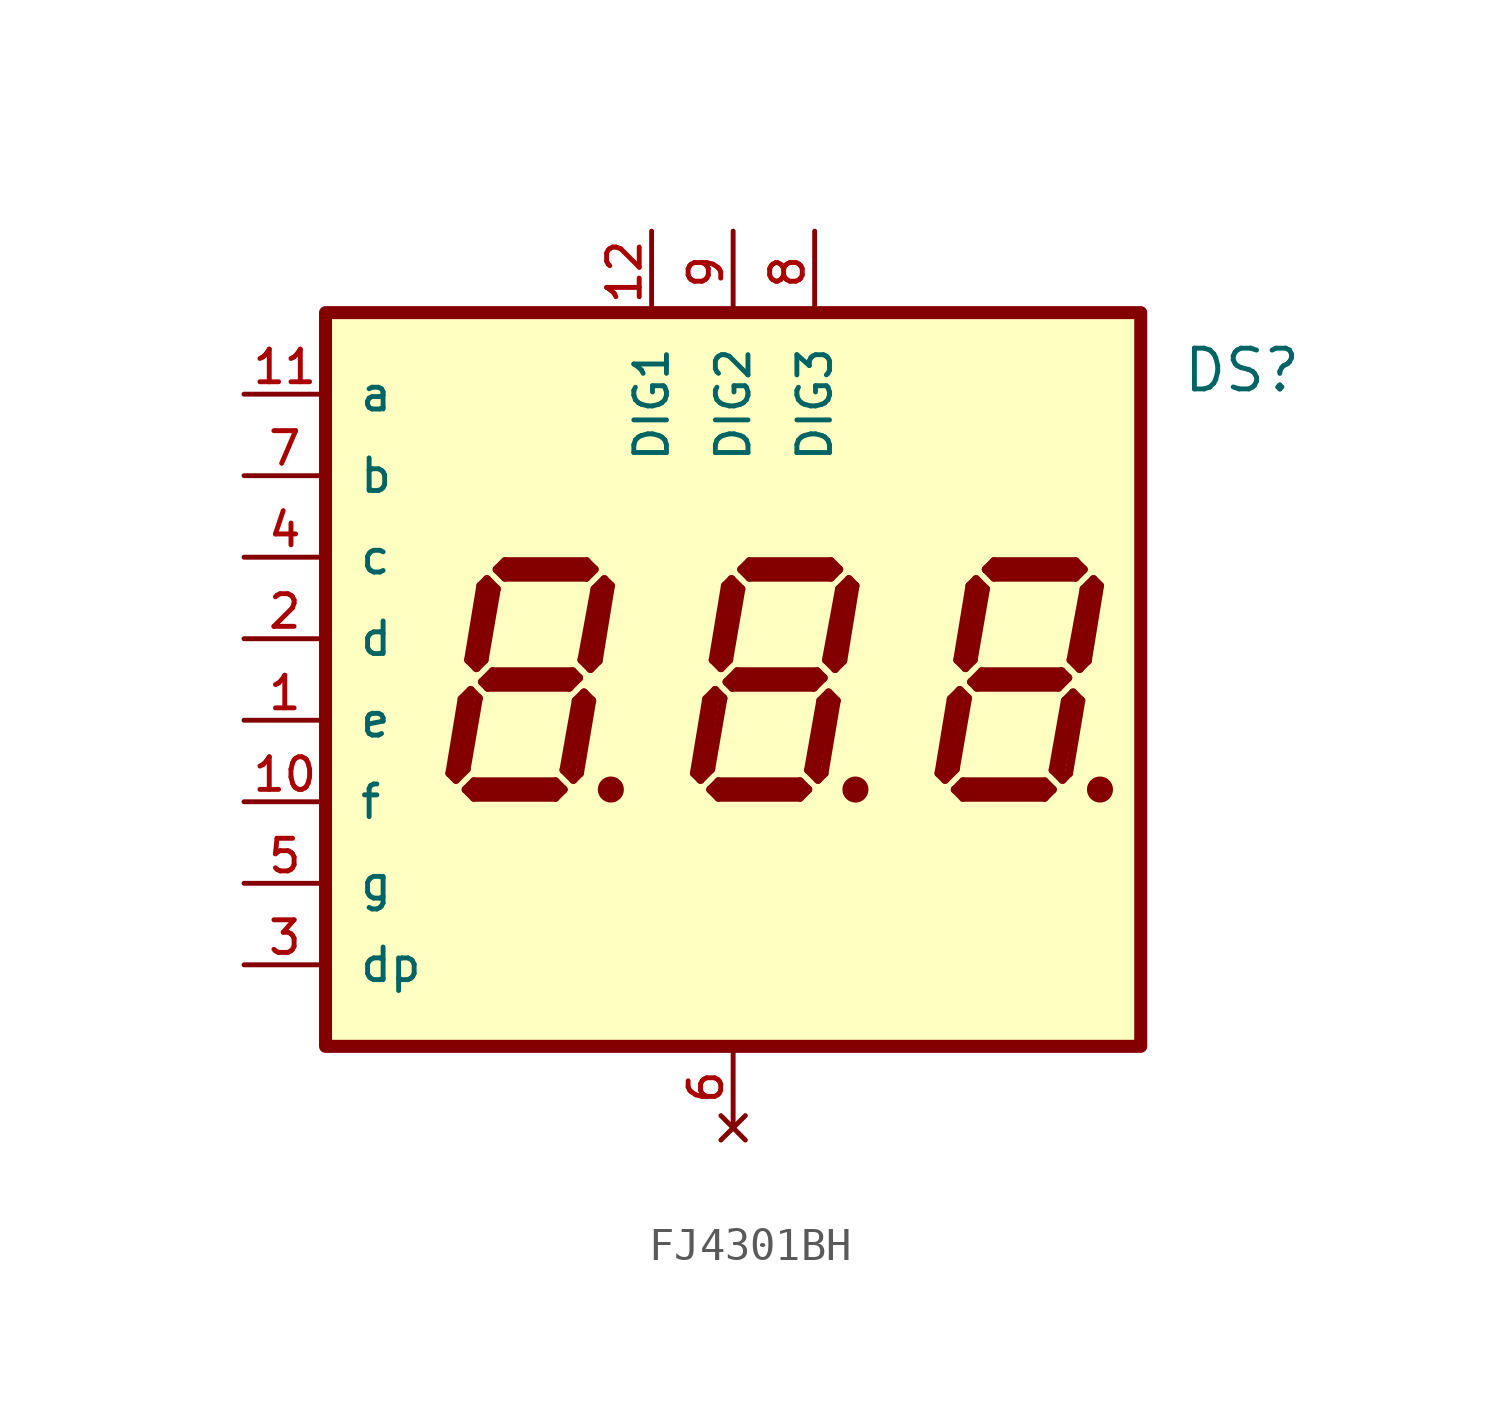
<source format=kicad_sym>
(kicad_symbol_lib
  (version 20211014)
  (generator kicad_symbol_editor)
  (symbol "FJ4301BH"
    (pin_names
      (offset 1.016))
    (property "Reference" "DS"
      (at 13.97 8.89 0)
      (effects (font (size 1.27 1.27)) (justify left bottom)))
    (symbol "FJ4301BH_0_0"
      (rectangle (start -12.7 11.43) (end 12.7 -11.43) (stroke (width 0.406) (type default) (color 0 0 0 0)) (fill (type background)))
      (circle (center -3.81 -3.429) (radius 0.254) (stroke (width 0.305) (type default) (color 0 0 0 0)) (fill (type none)))
      (polyline (pts (xy -8.839 -2.921) (xy -8.636 -3.124)) (stroke (width 0.254) (type default) (color 0 0 0 0)) (fill (type none)))
      (polyline (pts (xy -8.636 -3.124) (xy -8.306 -2.794)) (stroke (width 0.254) (type default) (color 0 0 0 0)) (fill (type none)))
      (polyline (pts (xy -8.636 -2.921) (xy -8.255 -0.635)) (stroke (width 0.406) (type default) (color 0 0 0 0)) (fill (type none)))
      (polyline (pts (xy -8.458 -0.61) (xy -8.839 -2.921)) (stroke (width 0.254) (type default) (color 0 0 0 0)) (fill (type none)))
      (polyline (pts (xy -8.331 -3.429) (xy -8.077 -3.175)) (stroke (width 0.254) (type default) (color 0 0 0 0)) (fill (type none)))
      (polyline (pts (xy -8.306 -2.794) (xy -7.925 -0.584)) (stroke (width 0.254) (type default) (color 0 0 0 0)) (fill (type none)))
      (polyline (pts (xy -8.255 0.61) (xy -7.874 2.921)) (stroke (width 0.254) (type default) (color 0 0 0 0)) (fill (type none)))
      (polyline (pts (xy -8.179 -0.33) (xy -8.458 -0.61)) (stroke (width 0.254) (type default) (color 0 0 0 0)) (fill (type none)))
      (polyline (pts (xy -8.179 -0.33) (xy -7.925 -0.584)) (stroke (width 0.254) (type default) (color 0 0 0 0)) (fill (type none)))
      (polyline (pts (xy -8.077 -3.683) (xy -8.331 -3.429)) (stroke (width 0.254) (type default) (color 0 0 0 0)) (fill (type none)))
      (polyline (pts (xy -8.077 -3.175) (xy -5.537 -3.175)) (stroke (width 0.254) (type default) (color 0 0 0 0)) (fill (type none)))
      (polyline (pts (xy -8.001 0.356) (xy -8.255 0.61)) (stroke (width 0.254) (type default) (color 0 0 0 0)) (fill (type none)))
      (polyline (pts (xy -7.874 2.921) (xy -7.671 3.124)) (stroke (width 0.254) (type default) (color 0 0 0 0)) (fill (type none)))
      (polyline (pts (xy -7.823 -0.076) (xy -7.493 0.254)) (stroke (width 0.254) (type default) (color 0 0 0 0)) (fill (type none)))
      (polyline (pts (xy -7.747 0.61) (xy -8.001 0.356)) (stroke (width 0.254) (type default) (color 0 0 0 0)) (fill (type none)))
      (polyline (pts (xy -7.671 3.124) (xy -7.366 2.819)) (stroke (width 0.254) (type default) (color 0 0 0 0)) (fill (type none)))
      (polyline (pts (xy -7.645 -0.254) (xy -7.823 -0.076)) (stroke (width 0.254) (type default) (color 0 0 0 0)) (fill (type none)))
      (polyline (pts (xy -7.62 0) (xy -5.08 0)) (stroke (width 0.406) (type default) (color 0 0 0 0)) (fill (type none)))
      (polyline (pts (xy -7.62 2.794) (xy -8.001 0.635)) (stroke (width 0.406) (type default) (color 0 0 0 0)) (fill (type none)))
      (polyline (pts (xy -7.493 0.254) (xy -5.004 0.254)) (stroke (width 0.254) (type default) (color 0 0 0 0)) (fill (type none)))
      (polyline (pts (xy -7.366 2.819) (xy -7.747 0.61)) (stroke (width 0.254) (type default) (color 0 0 0 0)) (fill (type none)))
      (polyline (pts (xy -7.366 3.429) (xy -7.112 3.683)) (stroke (width 0.254) (type default) (color 0 0 0 0)) (fill (type none)))
      (polyline (pts (xy -7.112 3.175) (xy -7.366 3.429)) (stroke (width 0.254) (type default) (color 0 0 0 0)) (fill (type none)))
      (polyline (pts (xy -7.112 3.683) (xy -4.572 3.683)) (stroke (width 0.254) (type default) (color 0 0 0 0)) (fill (type none)))
      (polyline (pts (xy -5.588 -3.429) (xy -8.001 -3.429)) (stroke (width 0.406) (type default) (color 0 0 0 0)) (fill (type none)))
      (polyline (pts (xy -5.537 -3.683) (xy -8.077 -3.683)) (stroke (width 0.254) (type default) (color 0 0 0 0)) (fill (type none)))
      (polyline (pts (xy -5.537 -3.175) (xy -5.283 -3.429)) (stroke (width 0.254) (type default) (color 0 0 0 0)) (fill (type none)))
      (polyline (pts (xy -5.283 -3.429) (xy -5.537 -3.683)) (stroke (width 0.254) (type default) (color 0 0 0 0)) (fill (type none)))
      (polyline (pts (xy -5.283 -2.819) (xy -4.978 -3.124)) (stroke (width 0.254) (type default) (color 0 0 0 0)) (fill (type none)))
      (polyline (pts (xy -5.105 -0.254) (xy -7.645 -0.254)) (stroke (width 0.254) (type default) (color 0 0 0 0)) (fill (type none)))
      (polyline (pts (xy -5.004 0.254) (xy -4.801 0.051)) (stroke (width 0.254) (type default) (color 0 0 0 0)) (fill (type none)))
      (polyline (pts (xy -4.978 -3.124) (xy -4.775 -2.921)) (stroke (width 0.254) (type default) (color 0 0 0 0)) (fill (type none)))
      (polyline (pts (xy -4.902 -0.66) (xy -5.283 -2.819)) (stroke (width 0.254) (type default) (color 0 0 0 0)) (fill (type none)))
      (polyline (pts (xy -4.801 0.051) (xy -5.105 -0.254)) (stroke (width 0.254) (type default) (color 0 0 0 0)) (fill (type none)))
      (polyline (pts (xy -4.775 -2.921) (xy -4.394 -0.66)) (stroke (width 0.254) (type default) (color 0 0 0 0)) (fill (type none)))
      (polyline (pts (xy -4.724 0.61) (xy -4.445 0.33)) (stroke (width 0.254) (type default) (color 0 0 0 0)) (fill (type none)))
      (polyline (pts (xy -4.699 -0.762) (xy -5.08 -2.794)) (stroke (width 0.406) (type default) (color 0 0 0 0)) (fill (type none)))
      (polyline (pts (xy -4.648 -0.406) (xy -4.902 -0.66)) (stroke (width 0.254) (type default) (color 0 0 0 0)) (fill (type none)))
      (polyline (pts (xy -4.572 3.175) (xy -7.112 3.175)) (stroke (width 0.254) (type default) (color 0 0 0 0)) (fill (type none)))
      (polyline (pts (xy -4.572 3.429) (xy -7.112 3.429)) (stroke (width 0.406) (type default) (color 0 0 0 0)) (fill (type none)))
      (polyline (pts (xy -4.572 3.683) (xy -4.318 3.429)) (stroke (width 0.254) (type default) (color 0 0 0 0)) (fill (type none)))
      (polyline (pts (xy -4.445 0.33) (xy -4.191 0.584)) (stroke (width 0.254) (type default) (color 0 0 0 0)) (fill (type none)))
      (polyline (pts (xy -4.394 -0.66) (xy -4.648 -0.406)) (stroke (width 0.254) (type default) (color 0 0 0 0)) (fill (type none)))
      (polyline (pts (xy -4.318 2.819) (xy -4.724 0.61)) (stroke (width 0.254) (type default) (color 0 0 0 0)) (fill (type none)))
      (polyline (pts (xy -4.318 3.429) (xy -4.572 3.175)) (stroke (width 0.254) (type default) (color 0 0 0 0)) (fill (type none)))
      (polyline (pts (xy -4.191 0.584) (xy -3.81 2.921)) (stroke (width 0.254) (type default) (color 0 0 0 0)) (fill (type none)))
      (polyline (pts (xy -4.064 2.794) (xy -4.445 0.635)) (stroke (width 0.406) (type default) (color 0 0 0 0)) (fill (type none)))
      (polyline (pts (xy -4.013 3.124) (xy -4.318 2.819)) (stroke (width 0.254) (type default) (color 0 0 0 0)) (fill (type none)))
      (polyline (pts (xy -3.937 -3.429) (xy -3.683 -3.429)) (stroke (width 0.305) (type default) (color 0 0 0 0)) (fill (type none)))
      (polyline (pts (xy -3.81 2.921) (xy -4.013 3.124)) (stroke (width 0.254) (type default) (color 0 0 0 0)) (fill (type none)))
      (polyline (pts (xy -1.219 -2.921) (xy -1.016 -3.124)) (stroke (width 0.254) (type default) (color 0 0 0 0)) (fill (type none)))
      (polyline (pts (xy -1.016 -3.124) (xy -0.686 -2.794)) (stroke (width 0.254) (type default) (color 0 0 0 0)) (fill (type none)))
      (polyline (pts (xy -1.016 -2.921) (xy -0.635 -0.635)) (stroke (width 0.406) (type default) (color 0 0 0 0)) (fill (type none)))
      (polyline (pts (xy -0.838 -0.61) (xy -1.219 -2.921)) (stroke (width 0.254) (type default) (color 0 0 0 0)) (fill (type none)))
      (polyline (pts (xy -0.711 -3.429) (xy -0.457 -3.175)) (stroke (width 0.254) (type default) (color 0 0 0 0)) (fill (type none)))
      (polyline (pts (xy -0.686 -2.794) (xy -0.305 -0.584)) (stroke (width 0.254) (type default) (color 0 0 0 0)) (fill (type none)))
      (polyline (pts (xy -0.635 0.61) (xy -0.254 2.921)) (stroke (width 0.254) (type default) (color 0 0 0 0)) (fill (type none)))
      (polyline (pts (xy -0.559 -0.33) (xy -0.838 -0.61)) (stroke (width 0.254) (type default) (color 0 0 0 0)) (fill (type none)))
      (polyline (pts (xy -0.559 -0.33) (xy -0.305 -0.584)) (stroke (width 0.254) (type default) (color 0 0 0 0)) (fill (type none)))
      (polyline (pts (xy -0.457 -3.683) (xy -0.711 -3.429)) (stroke (width 0.254) (type default) (color 0 0 0 0)) (fill (type none)))
      (polyline (pts (xy -0.457 -3.175) (xy 2.083 -3.175)) (stroke (width 0.254) (type default) (color 0 0 0 0)) (fill (type none)))
      (polyline (pts (xy -0.381 0.356) (xy -0.635 0.61)) (stroke (width 0.254) (type default) (color 0 0 0 0)) (fill (type none)))
      (polyline (pts (xy -0.254 2.921) (xy -0.051 3.124)) (stroke (width 0.254) (type default) (color 0 0 0 0)) (fill (type none)))
      (polyline (pts (xy -0.203 -0.076) (xy 0.127 0.254)) (stroke (width 0.254) (type default) (color 0 0 0 0)) (fill (type none)))
      (polyline (pts (xy -0.127 0.61) (xy -0.381 0.356)) (stroke (width 0.254) (type default) (color 0 0 0 0)) (fill (type none)))
      (polyline (pts (xy -0.051 3.124) (xy 0.254 2.819)) (stroke (width 0.254) (type default) (color 0 0 0 0)) (fill (type none)))
      (polyline (pts (xy -0.025 -0.254) (xy -0.203 -0.076)) (stroke (width 0.254) (type default) (color 0 0 0 0)) (fill (type none)))
      (polyline (pts (xy 0 0) (xy 2.54 0)) (stroke (width 0.406) (type default) (color 0 0 0 0)) (fill (type none)))
      (polyline (pts (xy 0 2.794) (xy -0.381 0.635)) (stroke (width 0.406) (type default) (color 0 0 0 0)) (fill (type none)))
      (polyline (pts (xy 0.127 0.254) (xy 2.616 0.254)) (stroke (width 0.254) (type default) (color 0 0 0 0)) (fill (type none)))
      (polyline (pts (xy 0.254 2.819) (xy -0.127 0.61)) (stroke (width 0.254) (type default) (color 0 0 0 0)) (fill (type none)))
      (polyline (pts (xy 0.254 3.429) (xy 0.508 3.683)) (stroke (width 0.254) (type default) (color 0 0 0 0)) (fill (type none)))
      (polyline (pts (xy 0.508 3.175) (xy 0.254 3.429)) (stroke (width 0.254) (type default) (color 0 0 0 0)) (fill (type none)))
      (polyline (pts (xy 0.508 3.683) (xy 3.048 3.683)) (stroke (width 0.254) (type default) (color 0 0 0 0)) (fill (type none)))
      (polyline (pts (xy 2.032 -3.429) (xy -0.381 -3.429)) (stroke (width 0.406) (type default) (color 0 0 0 0)) (fill (type none)))
      (polyline (pts (xy 2.083 -3.683) (xy -0.457 -3.683)) (stroke (width 0.254) (type default) (color 0 0 0 0)) (fill (type none)))
      (polyline (pts (xy 2.083 -3.175) (xy 2.337 -3.429)) (stroke (width 0.254) (type default) (color 0 0 0 0)) (fill (type none)))
      (polyline (pts (xy 2.337 -3.429) (xy 2.083 -3.683)) (stroke (width 0.254) (type default) (color 0 0 0 0)) (fill (type none)))
      (polyline (pts (xy 2.337 -2.819) (xy 2.642 -3.124)) (stroke (width 0.254) (type default) (color 0 0 0 0)) (fill (type none)))
      (polyline (pts (xy 2.515 -0.254) (xy -0.025 -0.254)) (stroke (width 0.254) (type default) (color 0 0 0 0)) (fill (type none)))
      (polyline (pts (xy 2.616 0.254) (xy 2.819 0.051)) (stroke (width 0.254) (type default) (color 0 0 0 0)) (fill (type none)))
      (polyline (pts (xy 2.642 -3.124) (xy 2.845 -2.921)) (stroke (width 0.254) (type default) (color 0 0 0 0)) (fill (type none)))
      (polyline (pts (xy 2.718 -0.66) (xy 2.337 -2.819)) (stroke (width 0.254) (type default) (color 0 0 0 0)) (fill (type none)))
      (polyline (pts (xy 2.819 0.051) (xy 2.515 -0.254)) (stroke (width 0.254) (type default) (color 0 0 0 0)) (fill (type none)))
      (polyline (pts (xy 2.845 -2.921) (xy 3.226 -0.66)) (stroke (width 0.254) (type default) (color 0 0 0 0)) (fill (type none)))
      (polyline (pts (xy 2.896 0.61) (xy 3.175 0.33)) (stroke (width 0.254) (type default) (color 0 0 0 0)) (fill (type none)))
      (polyline (pts (xy 2.921 -0.762) (xy 2.54 -2.794)) (stroke (width 0.406) (type default) (color 0 0 0 0)) (fill (type none)))
      (polyline (pts (xy 2.972 -0.406) (xy 2.718 -0.66)) (stroke (width 0.254) (type default) (color 0 0 0 0)) (fill (type none)))
      (polyline (pts (xy 3.048 3.175) (xy 0.508 3.175)) (stroke (width 0.254) (type default) (color 0 0 0 0)) (fill (type none)))
      (polyline (pts (xy 3.048 3.429) (xy 0.508 3.429)) (stroke (width 0.406) (type default) (color 0 0 0 0)) (fill (type none)))
      (polyline (pts (xy 3.048 3.683) (xy 3.302 3.429)) (stroke (width 0.254) (type default) (color 0 0 0 0)) (fill (type none)))
      (polyline (pts (xy 3.175 0.33) (xy 3.429 0.584)) (stroke (width 0.254) (type default) (color 0 0 0 0)) (fill (type none)))
      (polyline (pts (xy 3.226 -0.66) (xy 2.972 -0.406)) (stroke (width 0.254) (type default) (color 0 0 0 0)) (fill (type none)))
      (polyline (pts (xy 3.302 2.819) (xy 2.896 0.61)) (stroke (width 0.254) (type default) (color 0 0 0 0)) (fill (type none)))
      (polyline (pts (xy 3.302 3.429) (xy 3.048 3.175)) (stroke (width 0.254) (type default) (color 0 0 0 0)) (fill (type none)))
      (polyline (pts (xy 3.429 0.584) (xy 3.81 2.921)) (stroke (width 0.254) (type default) (color 0 0 0 0)) (fill (type none)))
      (polyline (pts (xy 3.556 2.794) (xy 3.175 0.635)) (stroke (width 0.406) (type default) (color 0 0 0 0)) (fill (type none)))
      (polyline (pts (xy 3.607 3.124) (xy 3.302 2.819)) (stroke (width 0.254) (type default) (color 0 0 0 0)) (fill (type none)))
      (polyline (pts (xy 3.683 -3.429) (xy 3.937 -3.429)) (stroke (width 0.305) (type default) (color 0 0 0 0)) (fill (type none)))
      (polyline (pts (xy 3.81 2.921) (xy 3.607 3.124)) (stroke (width 0.254) (type default) (color 0 0 0 0)) (fill (type none)))
      (polyline (pts (xy 6.401 -2.921) (xy 6.604 -3.124)) (stroke (width 0.254) (type default) (color 0 0 0 0)) (fill (type none)))
      (polyline (pts (xy 6.604 -3.124) (xy 6.934 -2.794)) (stroke (width 0.254) (type default) (color 0 0 0 0)) (fill (type none)))
      (polyline (pts (xy 6.604 -2.921) (xy 6.985 -0.635)) (stroke (width 0.406) (type default) (color 0 0 0 0)) (fill (type none)))
      (polyline (pts (xy 6.782 -0.61) (xy 6.401 -2.921)) (stroke (width 0.254) (type default) (color 0 0 0 0)) (fill (type none)))
      (polyline (pts (xy 6.909 -3.429) (xy 7.163 -3.175)) (stroke (width 0.254) (type default) (color 0 0 0 0)) (fill (type none)))
      (polyline (pts (xy 6.934 -2.794) (xy 7.315 -0.584)) (stroke (width 0.254) (type default) (color 0 0 0 0)) (fill (type none)))
      (polyline (pts (xy 6.985 0.61) (xy 7.366 2.921)) (stroke (width 0.254) (type default) (color 0 0 0 0)) (fill (type none)))
      (polyline (pts (xy 7.061 -0.33) (xy 6.782 -0.61)) (stroke (width 0.254) (type default) (color 0 0 0 0)) (fill (type none)))
      (polyline (pts (xy 7.061 -0.33) (xy 7.315 -0.584)) (stroke (width 0.254) (type default) (color 0 0 0 0)) (fill (type none)))
      (polyline (pts (xy 7.163 -3.683) (xy 6.909 -3.429)) (stroke (width 0.254) (type default) (color 0 0 0 0)) (fill (type none)))
      (polyline (pts (xy 7.163 -3.175) (xy 9.703 -3.175)) (stroke (width 0.254) (type default) (color 0 0 0 0)) (fill (type none)))
      (polyline (pts (xy 7.239 0.356) (xy 6.985 0.61)) (stroke (width 0.254) (type default) (color 0 0 0 0)) (fill (type none)))
      (polyline (pts (xy 7.366 2.921) (xy 7.569 3.124)) (stroke (width 0.254) (type default) (color 0 0 0 0)) (fill (type none)))
      (polyline (pts (xy 7.417 -0.076) (xy 7.747 0.254)) (stroke (width 0.254) (type default) (color 0 0 0 0)) (fill (type none)))
      (polyline (pts (xy 7.493 0.61) (xy 7.239 0.356)) (stroke (width 0.254) (type default) (color 0 0 0 0)) (fill (type none)))
      (polyline (pts (xy 7.569 3.124) (xy 7.874 2.819)) (stroke (width 0.254) (type default) (color 0 0 0 0)) (fill (type none)))
      (polyline (pts (xy 7.595 -0.254) (xy 7.417 -0.076)) (stroke (width 0.254) (type default) (color 0 0 0 0)) (fill (type none)))
      (polyline (pts (xy 7.62 0) (xy 10.16 0)) (stroke (width 0.406) (type default) (color 0 0 0 0)) (fill (type none)))
      (polyline (pts (xy 7.62 2.794) (xy 7.239 0.635)) (stroke (width 0.406) (type default) (color 0 0 0 0)) (fill (type none)))
      (polyline (pts (xy 7.747 0.254) (xy 10.236 0.254)) (stroke (width 0.254) (type default) (color 0 0 0 0)) (fill (type none)))
      (polyline (pts (xy 7.874 2.819) (xy 7.493 0.61)) (stroke (width 0.254) (type default) (color 0 0 0 0)) (fill (type none)))
      (polyline (pts (xy 7.874 3.429) (xy 8.128 3.683)) (stroke (width 0.254) (type default) (color 0 0 0 0)) (fill (type none)))
      (polyline (pts (xy 8.128 3.175) (xy 7.874 3.429)) (stroke (width 0.254) (type default) (color 0 0 0 0)) (fill (type none)))
      (polyline (pts (xy 8.128 3.683) (xy 10.668 3.683)) (stroke (width 0.254) (type default) (color 0 0 0 0)) (fill (type none)))
      (polyline (pts (xy 9.652 -3.429) (xy 7.239 -3.429)) (stroke (width 0.406) (type default) (color 0 0 0 0)) (fill (type none)))
      (polyline (pts (xy 9.703 -3.683) (xy 7.163 -3.683)) (stroke (width 0.254) (type default) (color 0 0 0 0)) (fill (type none)))
      (polyline (pts (xy 9.703 -3.175) (xy 9.957 -3.429)) (stroke (width 0.254) (type default) (color 0 0 0 0)) (fill (type none)))
      (polyline (pts (xy 9.957 -3.429) (xy 9.703 -3.683)) (stroke (width 0.254) (type default) (color 0 0 0 0)) (fill (type none)))
      (polyline (pts (xy 9.957 -2.819) (xy 10.262 -3.124)) (stroke (width 0.254) (type default) (color 0 0 0 0)) (fill (type none)))
      (polyline (pts (xy 10.135 -0.254) (xy 7.595 -0.254)) (stroke (width 0.254) (type default) (color 0 0 0 0)) (fill (type none)))
      (polyline (pts (xy 10.236 0.254) (xy 10.439 0.051)) (stroke (width 0.254) (type default) (color 0 0 0 0)) (fill (type none)))
      (polyline (pts (xy 10.262 -3.124) (xy 10.465 -2.921)) (stroke (width 0.254) (type default) (color 0 0 0 0)) (fill (type none)))
      (polyline (pts (xy 10.338 -0.66) (xy 9.957 -2.819)) (stroke (width 0.254) (type default) (color 0 0 0 0)) (fill (type none)))
      (polyline (pts (xy 10.439 0.051) (xy 10.135 -0.254)) (stroke (width 0.254) (type default) (color 0 0 0 0)) (fill (type none)))
      (polyline (pts (xy 10.465 -2.921) (xy 10.846 -0.66)) (stroke (width 0.254) (type default) (color 0 0 0 0)) (fill (type none)))
      (polyline (pts (xy 10.516 0.61) (xy 10.795 0.33)) (stroke (width 0.254) (type default) (color 0 0 0 0)) (fill (type none)))
      (polyline (pts (xy 10.541 -0.762) (xy 10.16 -2.794)) (stroke (width 0.406) (type default) (color 0 0 0 0)) (fill (type none)))
      (polyline (pts (xy 10.592 -0.406) (xy 10.338 -0.66)) (stroke (width 0.254) (type default) (color 0 0 0 0)) (fill (type none)))
      (polyline (pts (xy 10.668 3.175) (xy 8.128 3.175)) (stroke (width 0.254) (type default) (color 0 0 0 0)) (fill (type none)))
      (polyline (pts (xy 10.668 3.429) (xy 8.128 3.429)) (stroke (width 0.406) (type default) (color 0 0 0 0)) (fill (type none)))
      (polyline (pts (xy 10.668 3.683) (xy 10.922 3.429)) (stroke (width 0.254) (type default) (color 0 0 0 0)) (fill (type none)))
      (polyline (pts (xy 10.795 0.33) (xy 11.049 0.584)) (stroke (width 0.254) (type default) (color 0 0 0 0)) (fill (type none)))
      (polyline (pts (xy 10.846 -0.66) (xy 10.592 -0.406)) (stroke (width 0.254) (type default) (color 0 0 0 0)) (fill (type none)))
      (polyline (pts (xy 10.922 2.819) (xy 10.516 0.61)) (stroke (width 0.254) (type default) (color 0 0 0 0)) (fill (type none)))
      (polyline (pts (xy 10.922 3.429) (xy 10.668 3.175)) (stroke (width 0.254) (type default) (color 0 0 0 0)) (fill (type none)))
      (polyline (pts (xy 11.049 0.584) (xy 11.43 2.921)) (stroke (width 0.254) (type default) (color 0 0 0 0)) (fill (type none)))
      (polyline (pts (xy 11.176 2.794) (xy 10.795 0.635)) (stroke (width 0.406) (type default) (color 0 0 0 0)) (fill (type none)))
      (polyline (pts (xy 11.227 3.124) (xy 10.922 2.819)) (stroke (width 0.254) (type default) (color 0 0 0 0)) (fill (type none)))
      (polyline (pts (xy 11.303 -3.429) (xy 11.557 -3.429)) (stroke (width 0.305) (type default) (color 0 0 0 0)) (fill (type none)))
      (polyline (pts (xy 11.43 2.921) (xy 11.227 3.124)) (stroke (width 0.254) (type default) (color 0 0 0 0)) (fill (type none)))
      (circle (center 3.81 -3.429) (radius 0.254) (stroke (width 0.305) (type default) (color 0 0 0 0)) (fill (type none)))
      (circle (center 11.43 -3.429) (radius 0.254) (stroke (width 0.305) (type default) (color 0 0 0 0)) (fill (type none)))
      (pin passive line (at -15.24 -1.27 0) (length 2.54) (name "e" (effects (font (size 1.016 1.016)))) (number "1" (effects (font (size 1.016 1.016)))))
      (pin passive line (at -15.24 -3.81 0) (length 2.54) (name "f" (effects (font (size 1.016 1.016)))) (number "10" (effects (font (size 1.016 1.016)))))
      (pin passive line (at -15.24 8.89 0) (length 2.54) (name "a" (effects (font (size 1.016 1.016)))) (number "11" (effects (font (size 1.016 1.016)))))
      (pin passive line (at -2.54 13.97 270) (length 2.54) (name "DIG1" (effects (font (size 1.016 1.016)))) (number "12" (effects (font (size 1.016 1.016)))))
      (pin passive line (at -15.24 1.27 0) (length 2.54) (name "d" (effects (font (size 1.016 1.016)))) (number "2" (effects (font (size 1.016 1.016)))))
      (pin passive line (at -15.24 -8.89 0) (length 2.54) (name "dp" (effects (font (size 1.016 1.016)))) (number "3" (effects (font (size 1.016 1.016)))))
      (pin passive line (at -15.24 3.81 0) (length 2.54) (name "c" (effects (font (size 1.016 1.016)))) (number "4" (effects (font (size 1.016 1.016)))))
      (pin passive line (at -15.24 -6.35 0) (length 2.54) (name "g" (effects (font (size 1.016 1.016)))) (number "5" (effects (font (size 1.016 1.016)))))
      (pin no_connect line (at 0 -13.97 90) (length 2.54) (name "~" (effects (font (size 1.016 1.016)))) (number "6" (effects (font (size 1.016 1.016)))))
      (pin passive line (at -15.24 6.35 0) (length 2.54) (name "b" (effects (font (size 1.016 1.016)))) (number "7" (effects (font (size 1.016 1.016)))))
      (pin passive line (at 2.54 13.97 270) (length 2.54) (name "DIG3" (effects (font (size 1.016 1.016)))) (number "8" (effects (font (size 1.016 1.016)))))
      (pin passive line (at 0 13.97 270) (length 2.54) (name "DIG2" (effects (font (size 1.016 1.016)))) (number "9" (effects (font (size 1.016 1.016))))))))
</source>
